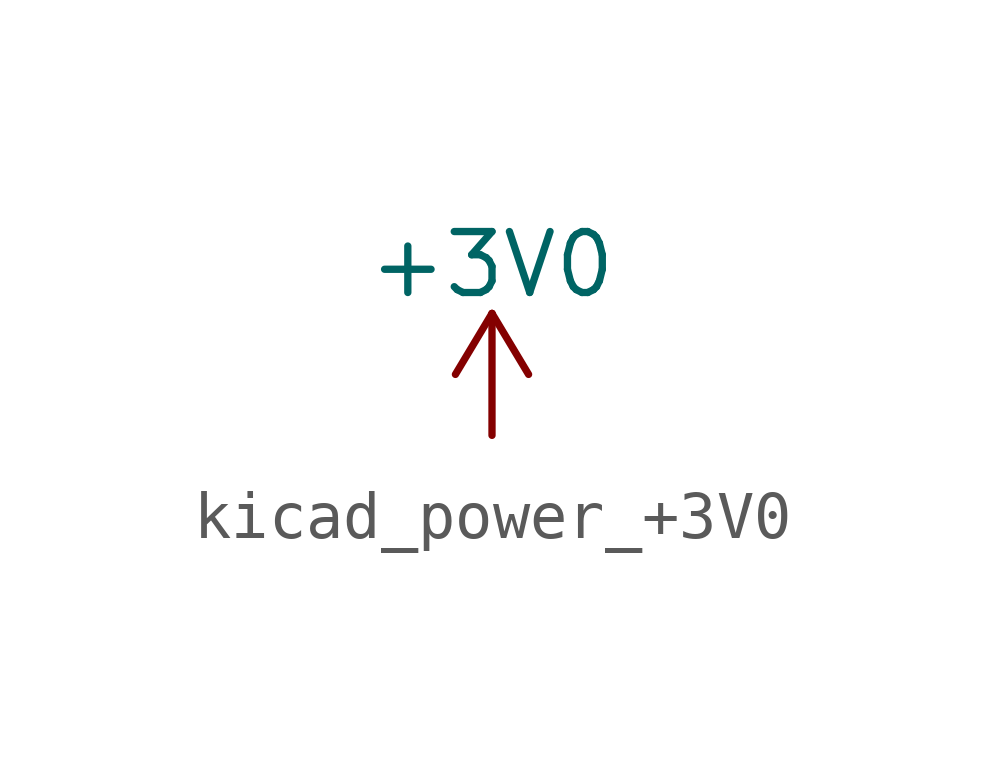
<source format=kicad_sym>
(kicad_symbol_lib
  (version 20220914)
  (generator kicad_symbol_editor)
  (symbol "kicad_power_+3V0"
    (power)
    (pin_names
      (offset 0))
    (property "Reference" "#PWR"
      (at 0 -3.81 0)
      (effects (font (size 1.27 1.27)) hide))
    (property "Value" "+3V0"
      (at 0 3.556 0)
      (effects (font (size 1.27 1.27))))
    (symbol "kicad_power_+3V0_0_1"
      (polyline (pts (xy -0.762 1.27) (xy 0 2.54)) (stroke (width 0) (type default)) (fill (type none)))
      (polyline (pts (xy 0 0) (xy 0 2.54)) (stroke (width 0) (type default)) (fill (type none)))
      (polyline (pts (xy 0 2.54) (xy 0.762 1.27)) (stroke (width 0) (type default)) (fill (type none))))
    (symbol "kicad_power_+3V0_1_1"
      (pin power_in line (at 0 0 90) (length 0) hide (name "+3V0" (effects (font (size 1.27 1.27)))) (number "1" (effects (font (size 1.27 1.27))))))))
</source>
